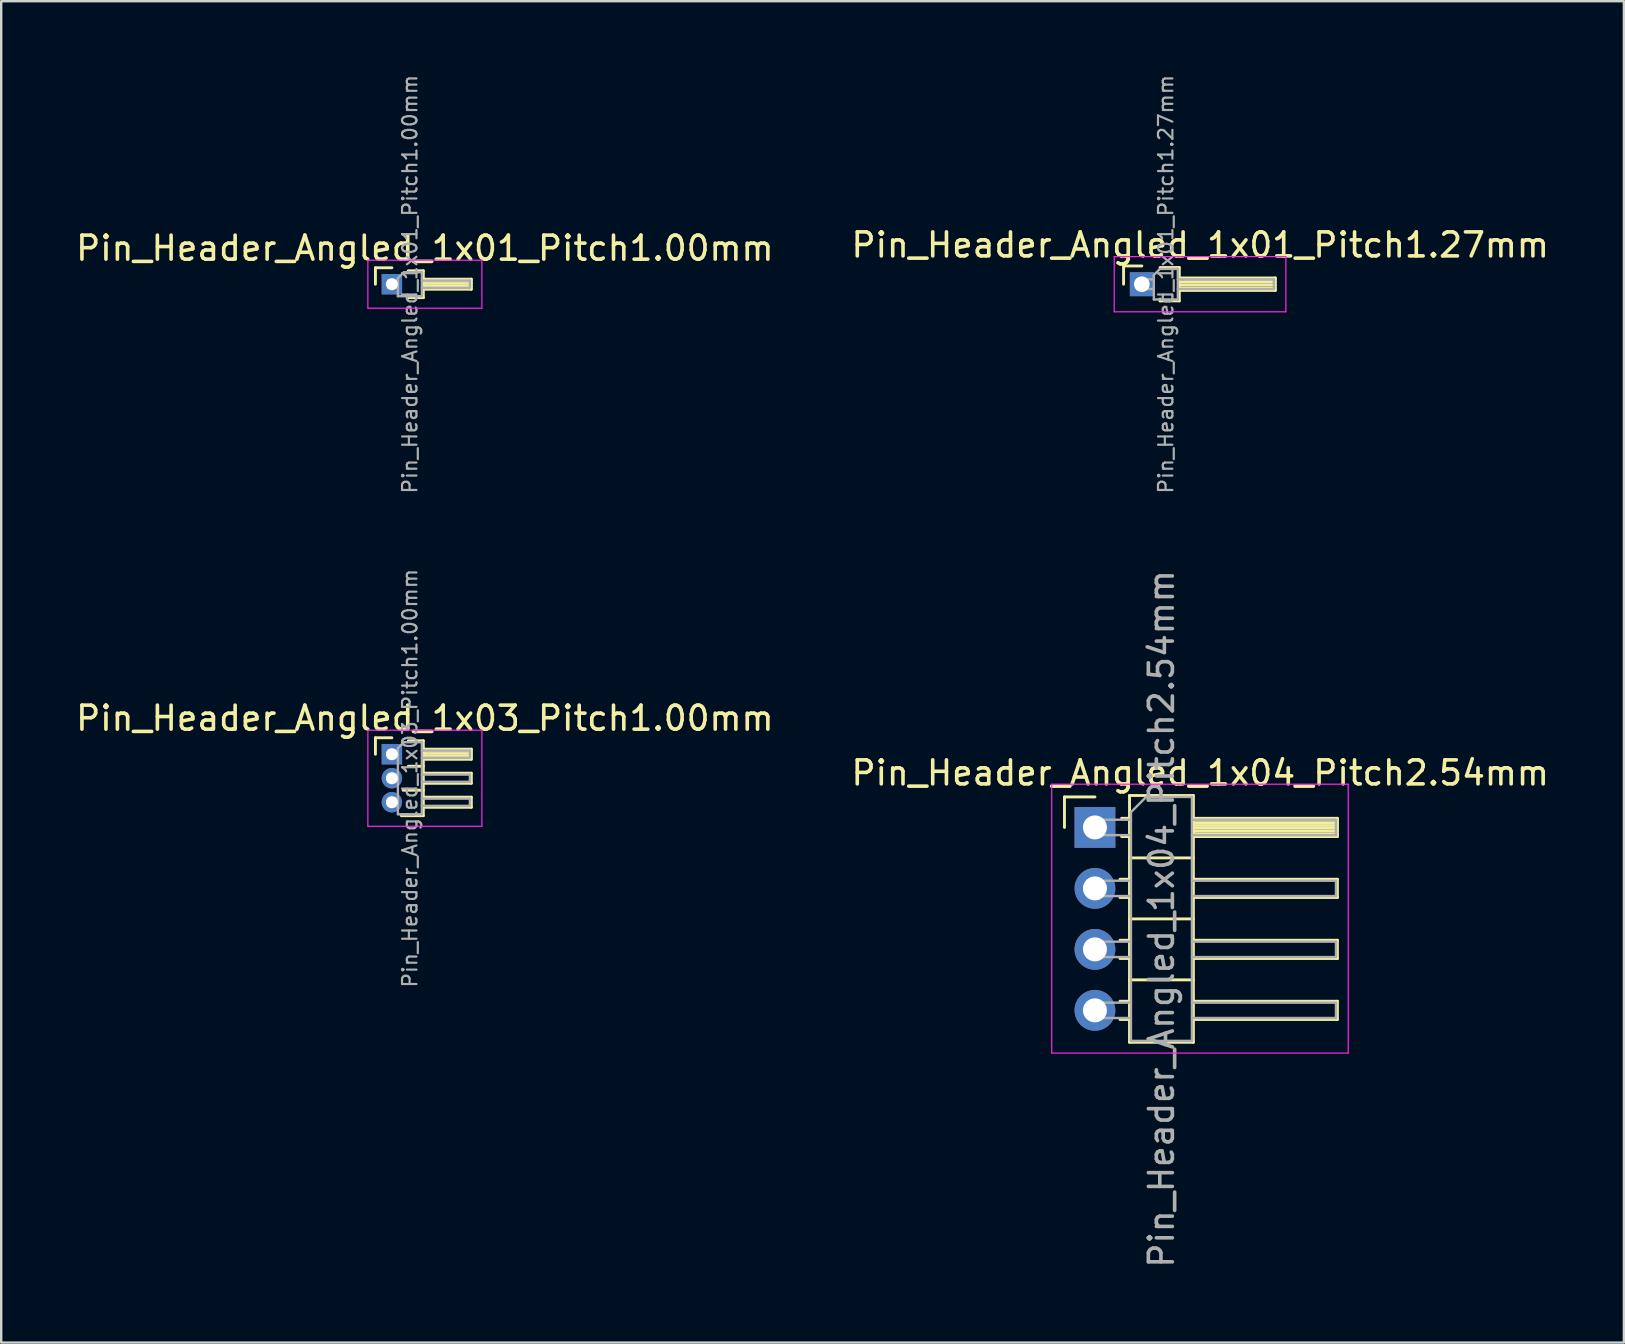
<source format=kicad_pcb>
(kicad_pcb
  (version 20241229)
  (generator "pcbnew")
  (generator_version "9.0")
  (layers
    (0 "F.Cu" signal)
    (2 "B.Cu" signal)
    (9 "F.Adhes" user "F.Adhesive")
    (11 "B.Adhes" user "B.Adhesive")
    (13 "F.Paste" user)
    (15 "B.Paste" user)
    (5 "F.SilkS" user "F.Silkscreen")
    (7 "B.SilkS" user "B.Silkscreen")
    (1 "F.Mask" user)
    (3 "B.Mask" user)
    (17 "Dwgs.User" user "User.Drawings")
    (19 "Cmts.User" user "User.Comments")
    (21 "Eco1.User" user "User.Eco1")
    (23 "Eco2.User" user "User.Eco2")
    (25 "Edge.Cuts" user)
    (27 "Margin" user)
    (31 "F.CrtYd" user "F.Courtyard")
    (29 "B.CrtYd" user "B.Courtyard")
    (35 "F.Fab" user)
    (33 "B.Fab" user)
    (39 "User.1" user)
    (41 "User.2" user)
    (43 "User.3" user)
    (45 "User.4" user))
  (footprint "Pin_Header_Angled_1x04_Pitch2.54mm"
    (layer "F.Cu")
    (at 42.561 31.417)
    (property "Reference" "Pin_Header_Angled_1x04_Pitch2.54mm" (at 4.385 -2.27 0) (layer "F.SilkS") (effects (font (size 1 1) (thickness 0.15))))
    (attr through_hole)
    (fp_line (start -1.27 -1.27) (end 0 -1.27) (stroke (width 0.12) (type solid)) (layer "F.SilkS"))
    (fp_line (start -1.27 0) (end -1.27 -1.27) (stroke (width 0.12) (type solid)) (layer "F.SilkS"))
    (fp_line (start 1.043 2.16) (end 1.44 2.16) (stroke (width 0.12) (type solid)) (layer "F.SilkS"))
    (fp_line (start 1.043 2.92) (end 1.44 2.92) (stroke (width 0.12) (type solid)) (layer "F.SilkS"))
    (fp_line (start 1.043 4.7) (end 1.44 4.7) (stroke (width 0.12) (type solid)) (layer "F.SilkS"))
    (fp_line (start 1.043 5.46) (end 1.44 5.46) (stroke (width 0.12) (type solid)) (layer "F.SilkS"))
    (fp_line (start 1.043 7.24) (end 1.44 7.24) (stroke (width 0.12) (type solid)) (layer "F.SilkS"))
    (fp_line (start 1.043 8) (end 1.44 8) (stroke (width 0.12) (type solid)) (layer "F.SilkS"))
    (fp_line (start 1.11 -0.38) (end 1.44 -0.38) (stroke (width 0.12) (type solid)) (layer "F.SilkS"))
    (fp_line (start 1.11 0.38) (end 1.44 0.38) (stroke (width 0.12) (type solid)) (layer "F.SilkS"))
    (fp_line (start 1.44 -1.33) (end 1.44 8.95) (stroke (width 0.12) (type solid)) (layer "F.SilkS"))
    (fp_line (start 1.44 1.27) (end 4.1 1.27) (stroke (width 0.12) (type solid)) (layer "F.SilkS"))
    (fp_line (start 1.44 3.81) (end 4.1 3.81) (stroke (width 0.12) (type solid)) (layer "F.SilkS"))
    (fp_line (start 1.44 6.35) (end 4.1 6.35) (stroke (width 0.12) (type solid)) (layer "F.SilkS"))
    (fp_line (start 1.44 8.95) (end 4.1 8.95) (stroke (width 0.12) (type solid)) (layer "F.SilkS"))
    (fp_line (start 4.1 -1.33) (end 1.44 -1.33) (stroke (width 0.12) (type solid)) (layer "F.SilkS"))
    (fp_line (start 4.1 -0.38) (end 10.1 -0.38) (stroke (width 0.12) (type solid)) (layer "F.SilkS"))
    (fp_line (start 4.1 -0.32) (end 10.1 -0.32) (stroke (width 0.12) (type solid)) (layer "F.SilkS"))
    (fp_line (start 4.1 -0.2) (end 10.1 -0.2) (stroke (width 0.12) (type solid)) (layer "F.SilkS"))
    (fp_line (start 4.1 -0.08) (end 10.1 -0.08) (stroke (width 0.12) (type solid)) (layer "F.SilkS"))
    (fp_line (start 4.1 0.04) (end 10.1 0.04) (stroke (width 0.12) (type solid)) (layer "F.SilkS"))
    (fp_line (start 4.1 0.16) (end 10.1 0.16) (stroke (width 0.12) (type solid)) (layer "F.SilkS"))
    (fp_line (start 4.1 0.28) (end 10.1 0.28) (stroke (width 0.12) (type solid)) (layer "F.SilkS"))
    (fp_line (start 4.1 2.16) (end 10.1 2.16) (stroke (width 0.12) (type solid)) (layer "F.SilkS"))
    (fp_line (start 4.1 4.7) (end 10.1 4.7) (stroke (width 0.12) (type solid)) (layer "F.SilkS"))
    (fp_line (start 4.1 7.24) (end 10.1 7.24) (stroke (width 0.12) (type solid)) (layer "F.SilkS"))
    (fp_line (start 4.1 8.95) (end 4.1 -1.33) (stroke (width 0.12) (type solid)) (layer "F.SilkS"))
    (fp_line (start 10.1 -0.38) (end 10.1 0.38) (stroke (width 0.12) (type solid)) (layer "F.SilkS"))
    (fp_line (start 10.1 0.38) (end 4.1 0.38) (stroke (width 0.12) (type solid)) (layer "F.SilkS"))
    (fp_line (start 10.1 2.16) (end 10.1 2.92) (stroke (width 0.12) (type solid)) (layer "F.SilkS"))
    (fp_line (start 10.1 2.92) (end 4.1 2.92) (stroke (width 0.12) (type solid)) (layer "F.SilkS"))
    (fp_line (start 10.1 4.7) (end 10.1 5.46) (stroke (width 0.12) (type solid)) (layer "F.SilkS"))
    (fp_line (start 10.1 5.46) (end 4.1 5.46) (stroke (width 0.12) (type solid)) (layer "F.SilkS"))
    (fp_line (start 10.1 7.24) (end 10.1 8) (stroke (width 0.12) (type solid)) (layer "F.SilkS"))
    (fp_line (start 10.1 8) (end 4.1 8) (stroke (width 0.12) (type solid)) (layer "F.SilkS"))
    (fp_line (start -1.8 -1.8) (end -1.8 9.4) (stroke (width 0.05) (type solid)) (layer "F.CrtYd"))
    (fp_line (start -1.8 9.4) (end 10.55 9.4) (stroke (width 0.05) (type solid)) (layer "F.CrtYd"))
    (fp_line (start 10.55 -1.8) (end -1.8 -1.8) (stroke (width 0.05) (type solid)) (layer "F.CrtYd"))
    (fp_line (start 10.55 9.4) (end 10.55 -1.8) (stroke (width 0.05) (type solid)) (layer "F.CrtYd"))
    (fp_line (start -0.32 -0.32) (end -0.32 0.32) (stroke (width 0.1) (type solid)) (layer "F.Fab"))
    (fp_line (start -0.32 -0.32) (end 1.5 -0.32) (stroke (width 0.1) (type solid)) (layer "F.Fab"))
    (fp_line (start -0.32 0.32) (end 1.5 0.32) (stroke (width 0.1) (type solid)) (layer "F.Fab"))
    (fp_line (start -0.32 2.22) (end -0.32 2.86) (stroke (width 0.1) (type solid)) (layer "F.Fab"))
    (fp_line (start -0.32 2.22) (end 1.5 2.22) (stroke (width 0.1) (type solid)) (layer "F.Fab"))
    (fp_line (start -0.32 2.86) (end 1.5 2.86) (stroke (width 0.1) (type solid)) (layer "F.Fab"))
    (fp_line (start -0.32 4.76) (end -0.32 5.4) (stroke (width 0.1) (type solid)) (layer "F.Fab"))
    (fp_line (start -0.32 4.76) (end 1.5 4.76) (stroke (width 0.1) (type solid)) (layer "F.Fab"))
    (fp_line (start -0.32 5.4) (end 1.5 5.4) (stroke (width 0.1) (type solid)) (layer "F.Fab"))
    (fp_line (start -0.32 7.3) (end -0.32 7.94) (stroke (width 0.1) (type solid)) (layer "F.Fab"))
    (fp_line (start -0.32 7.3) (end 1.5 7.3) (stroke (width 0.1) (type solid)) (layer "F.Fab"))
    (fp_line (start -0.32 7.94) (end 1.5 7.94) (stroke (width 0.1) (type solid)) (layer "F.Fab"))
    (fp_line (start 1.5 -0.635) (end 2.135 -1.27) (stroke (width 0.1) (type solid)) (layer "F.Fab"))
    (fp_line (start 1.5 8.89) (end 1.5 -0.635) (stroke (width 0.1) (type solid)) (layer "F.Fab"))
    (fp_line (start 2.135 -1.27) (end 4.04 -1.27) (stroke (width 0.1) (type solid)) (layer "F.Fab"))
    (fp_line (start 4.04 -1.27) (end 4.04 8.89) (stroke (width 0.1) (type solid)) (layer "F.Fab"))
    (fp_line (start 4.04 -0.32) (end 10.04 -0.32) (stroke (width 0.1) (type solid)) (layer "F.Fab"))
    (fp_line (start 4.04 0.32) (end 10.04 0.32) (stroke (width 0.1) (type solid)) (layer "F.Fab"))
    (fp_line (start 4.04 2.22) (end 10.04 2.22) (stroke (width 0.1) (type solid)) (layer "F.Fab"))
    (fp_line (start 4.04 2.86) (end 10.04 2.86) (stroke (width 0.1) (type solid)) (layer "F.Fab"))
    (fp_line (start 4.04 4.76) (end 10.04 4.76) (stroke (width 0.1) (type solid)) (layer "F.Fab"))
    (fp_line (start 4.04 5.4) (end 10.04 5.4) (stroke (width 0.1) (type solid)) (layer "F.Fab"))
    (fp_line (start 4.04 7.3) (end 10.04 7.3) (stroke (width 0.1) (type solid)) (layer "F.Fab"))
    (fp_line (start 4.04 7.94) (end 10.04 7.94) (stroke (width 0.1) (type solid)) (layer "F.Fab"))
    (fp_line (start 4.04 8.89) (end 1.5 8.89) (stroke (width 0.1) (type solid)) (layer "F.Fab"))
    (fp_line (start 10.04 -0.32) (end 10.04 0.32) (stroke (width 0.1) (type solid)) (layer "F.Fab"))
    (fp_line (start 10.04 2.22) (end 10.04 2.86) (stroke (width 0.1) (type solid)) (layer "F.Fab"))
    (fp_line (start 10.04 4.76) (end 10.04 5.4) (stroke (width 0.1) (type solid)) (layer "F.Fab"))
    (fp_line (start 10.04 7.3) (end 10.04 7.94) (stroke (width 0.1) (type solid)) (layer "F.Fab"))
    (fp_text user "${REFERENCE}" (at 2.77 3.81 90) (layer "F.Fab") (effects (font (size 1 1) (thickness 0.15))))
    (pad "1" thru_hole rect (at 0 0) (size 1.7 1.7) (drill 1) (layers "*.Cu" "*.Mask"))
    (pad "2" thru_hole oval (at 0 2.54) (size 1.7 1.7) (drill 1) (layers "*.Cu" "*.Mask"))
    (pad "3" thru_hole oval (at 0 5.08) (size 1.7 1.7) (drill 1) (layers "*.Cu" "*.Mask"))
    (pad "4" thru_hole oval (at 0 7.62) (size 1.7 1.7) (drill 1) (layers "*.Cu" "*.Mask")))
  (footprint "Pin_Header_Angled_1x01_Pitch1.27mm"
    (layer "F.Cu")
    (at 44.514 8.789)
    (property "Reference" "Pin_Header_Angled_1x01_Pitch1.27mm" (at 2.433 -1.635 0) (layer "F.SilkS") (effects (font (size 1 1) (thickness 0.15))))
    (attr through_hole)
    (fp_line (start -0.76 -0.76) (end 0 -0.76) (stroke (width 0.12) (type solid)) (layer "F.SilkS"))
    (fp_line (start -0.76 0) (end -0.76 -0.76) (stroke (width 0.12) (type solid)) (layer "F.SilkS"))
    (fp_line (start 0.76 -0.695) (end 1.56 -0.695) (stroke (width 0.12) (type solid)) (layer "F.SilkS"))
    (fp_line (start 0.76 0.695) (end 0.76 0.62) (stroke (width 0.12) (type solid)) (layer "F.SilkS"))
    (fp_line (start 1.56 -0.695) (end 1.56 0.695) (stroke (width 0.12) (type solid)) (layer "F.SilkS"))
    (fp_line (start 1.56 -0.26) (end 5.56 -0.26) (stroke (width 0.12) (type solid)) (layer "F.SilkS"))
    (fp_line (start 1.56 -0.2) (end 5.56 -0.2) (stroke (width 0.12) (type solid)) (layer "F.SilkS"))
    (fp_line (start 1.56 -0.08) (end 5.56 -0.08) (stroke (width 0.12) (type solid)) (layer "F.SilkS"))
    (fp_line (start 1.56 0.04) (end 5.56 0.04) (stroke (width 0.12) (type solid)) (layer "F.SilkS"))
    (fp_line (start 1.56 0.16) (end 5.56 0.16) (stroke (width 0.12) (type solid)) (layer "F.SilkS"))
    (fp_line (start 1.56 0.695) (end 0.76 0.695) (stroke (width 0.12) (type solid)) (layer "F.SilkS"))
    (fp_line (start 5.56 -0.26) (end 5.56 0.26) (stroke (width 0.12) (type solid)) (layer "F.SilkS"))
    (fp_line (start 5.56 0.26) (end 1.56 0.26) (stroke (width 0.12) (type solid)) (layer "F.SilkS"))
    (fp_line (start -1.15 -1.15) (end -1.15 1.15) (stroke (width 0.05) (type solid)) (layer "F.CrtYd"))
    (fp_line (start -1.15 1.15) (end 6 1.15) (stroke (width 0.05) (type solid)) (layer "F.CrtYd"))
    (fp_line (start 6 -1.15) (end -1.15 -1.15) (stroke (width 0.05) (type solid)) (layer "F.CrtYd"))
    (fp_line (start 6 1.15) (end 6 -1.15) (stroke (width 0.05) (type solid)) (layer "F.CrtYd"))
    (fp_line (start -0.2 -0.2) (end -0.2 0.2) (stroke (width 0.1) (type solid)) (layer "F.Fab"))
    (fp_line (start -0.2 -0.2) (end 0.5 -0.2) (stroke (width 0.1) (type solid)) (layer "F.Fab"))
    (fp_line (start -0.2 0.2) (end 0.5 0.2) (stroke (width 0.1) (type solid)) (layer "F.Fab"))
    (fp_line (start 0.5 -0.385) (end 0.75 -0.635) (stroke (width 0.1) (type solid)) (layer "F.Fab"))
    (fp_line (start 0.5 0.635) (end 0.5 -0.385) (stroke (width 0.1) (type solid)) (layer "F.Fab"))
    (fp_line (start 0.75 -0.635) (end 1.5 -0.635) (stroke (width 0.1) (type solid)) (layer "F.Fab"))
    (fp_line (start 1.5 -0.635) (end 1.5 0.635) (stroke (width 0.1) (type solid)) (layer "F.Fab"))
    (fp_line (start 1.5 -0.2) (end 5.5 -0.2) (stroke (width 0.1) (type solid)) (layer "F.Fab"))
    (fp_line (start 1.5 0.2) (end 5.5 0.2) (stroke (width 0.1) (type solid)) (layer "F.Fab"))
    (fp_line (start 1.5 0.635) (end 0.5 0.635) (stroke (width 0.1) (type solid)) (layer "F.Fab"))
    (fp_line (start 5.5 -0.2) (end 5.5 0.2) (stroke (width 0.1) (type solid)) (layer "F.Fab"))
    (fp_text user "${REFERENCE}" (at 1 0 90) (layer "F.Fab") (effects (font (size 0.6 0.6) (thickness 0.09))))
    (pad "1" thru_hole rect (at 0 0) (size 1 1) (drill 0.65) (layers "*.Cu" "*.Mask")))
  (footprint "Pin_Header_Angled_1x03_Pitch1.00mm"
    (layer "F.Cu")
    (at 13.274 28.368)
    (property "Reference" "Pin_Header_Angled_1x03_Pitch1.00mm" (at 1.375 -1.5 0) (layer "F.SilkS") (effects (font (size 1 1) (thickness 0.15))))
    (attr through_hole)
    (fp_line (start -0.685 -0.685) (end 0 -0.685) (stroke (width 0.12) (type solid)) (layer "F.SilkS"))
    (fp_line (start -0.685 0) (end -0.685 -0.685) (stroke (width 0.12) (type solid)) (layer "F.SilkS"))
    (fp_line (start 0.468 1.5) (end 1.31 1.5) (stroke (width 0.12) (type solid)) (layer "F.SilkS"))
    (fp_line (start 0.685 -0.56) (end 1.31 -0.56) (stroke (width 0.12) (type solid)) (layer "F.SilkS"))
    (fp_line (start 0.685 0.5) (end 1.31 0.5) (stroke (width 0.12) (type solid)) (layer "F.SilkS"))
    (fp_line (start 1.31 -0.56) (end 1.31 2.56) (stroke (width 0.12) (type solid)) (layer "F.SilkS"))
    (fp_line (start 1.31 -0.21) (end 3.31 -0.21) (stroke (width 0.12) (type solid)) (layer "F.SilkS"))
    (fp_line (start 1.31 -0.15) (end 3.31 -0.15) (stroke (width 0.12) (type solid)) (layer "F.SilkS"))
    (fp_line (start 1.31 -0.03) (end 3.31 -0.03) (stroke (width 0.12) (type solid)) (layer "F.SilkS"))
    (fp_line (start 1.31 0.09) (end 3.31 0.09) (stroke (width 0.12) (type solid)) (layer "F.SilkS"))
    (fp_line (start 1.31 0.79) (end 3.31 0.79) (stroke (width 0.12) (type solid)) (layer "F.SilkS"))
    (fp_line (start 1.31 1.79) (end 3.31 1.79) (stroke (width 0.12) (type solid)) (layer "F.SilkS"))
    (fp_line (start 1.31 2.56) (end 0.394 2.56) (stroke (width 0.12) (type solid)) (layer "F.SilkS"))
    (fp_line (start 3.31 -0.21) (end 3.31 0.21) (stroke (width 0.12) (type solid)) (layer "F.SilkS"))
    (fp_line (start 3.31 0.21) (end 1.31 0.21) (stroke (width 0.12) (type solid)) (layer "F.SilkS"))
    (fp_line (start 3.31 0.79) (end 3.31 1.21) (stroke (width 0.12) (type solid)) (layer "F.SilkS"))
    (fp_line (start 3.31 1.21) (end 1.31 1.21) (stroke (width 0.12) (type solid)) (layer "F.SilkS"))
    (fp_line (start 3.31 1.79) (end 3.31 2.21) (stroke (width 0.12) (type solid)) (layer "F.SilkS"))
    (fp_line (start 3.31 2.21) (end 1.31 2.21) (stroke (width 0.12) (type solid)) (layer "F.SilkS"))
    (fp_line (start -1 -1) (end -1 3) (stroke (width 0.05) (type solid)) (layer "F.CrtYd"))
    (fp_line (start -1 3) (end 3.75 3) (stroke (width 0.05) (type solid)) (layer "F.CrtYd"))
    (fp_line (start 3.75 -1) (end -1 -1) (stroke (width 0.05) (type solid)) (layer "F.CrtYd"))
    (fp_line (start 3.75 3) (end 3.75 -1) (stroke (width 0.05) (type solid)) (layer "F.CrtYd"))
    (fp_line (start -0.15 -0.15) (end -0.15 0.15) (stroke (width 0.1) (type solid)) (layer "F.Fab"))
    (fp_line (start -0.15 -0.15) (end 0.25 -0.15) (stroke (width 0.1) (type solid)) (layer "F.Fab"))
    (fp_line (start -0.15 0.15) (end 0.25 0.15) (stroke (width 0.1) (type solid)) (layer "F.Fab"))
    (fp_line (start -0.15 0.85) (end -0.15 1.15) (stroke (width 0.1) (type solid)) (layer "F.Fab"))
    (fp_line (start -0.15 0.85) (end 0.25 0.85) (stroke (width 0.1) (type solid)) (layer "F.Fab"))
    (fp_line (start -0.15 1.15) (end 0.25 1.15) (stroke (width 0.1) (type solid)) (layer "F.Fab"))
    (fp_line (start -0.15 1.85) (end -0.15 2.15) (stroke (width 0.1) (type solid)) (layer "F.Fab"))
    (fp_line (start -0.15 1.85) (end 0.25 1.85) (stroke (width 0.1) (type solid)) (layer "F.Fab"))
    (fp_line (start -0.15 2.15) (end 0.25 2.15) (stroke (width 0.1) (type solid)) (layer "F.Fab"))
    (fp_line (start 0.25 -0.25) (end 0.5 -0.5) (stroke (width 0.1) (type solid)) (layer "F.Fab"))
    (fp_line (start 0.25 2.5) (end 0.25 -0.25) (stroke (width 0.1) (type solid)) (layer "F.Fab"))
    (fp_line (start 0.5 -0.5) (end 1.25 -0.5) (stroke (width 0.1) (type solid)) (layer "F.Fab"))
    (fp_line (start 1.25 -0.5) (end 1.25 2.5) (stroke (width 0.1) (type solid)) (layer "F.Fab"))
    (fp_line (start 1.25 -0.15) (end 3.25 -0.15) (stroke (width 0.1) (type solid)) (layer "F.Fab"))
    (fp_line (start 1.25 0.15) (end 3.25 0.15) (stroke (width 0.1) (type solid)) (layer "F.Fab"))
    (fp_line (start 1.25 0.85) (end 3.25 0.85) (stroke (width 0.1) (type solid)) (layer "F.Fab"))
    (fp_line (start 1.25 1.15) (end 3.25 1.15) (stroke (width 0.1) (type solid)) (layer "F.Fab"))
    (fp_line (start 1.25 1.85) (end 3.25 1.85) (stroke (width 0.1) (type solid)) (layer "F.Fab"))
    (fp_line (start 1.25 2.15) (end 3.25 2.15) (stroke (width 0.1) (type solid)) (layer "F.Fab"))
    (fp_line (start 1.25 2.5) (end 0.25 2.5) (stroke (width 0.1) (type solid)) (layer "F.Fab"))
    (fp_line (start 3.25 -0.15) (end 3.25 0.15) (stroke (width 0.1) (type solid)) (layer "F.Fab"))
    (fp_line (start 3.25 0.85) (end 3.25 1.15) (stroke (width 0.1) (type solid)) (layer "F.Fab"))
    (fp_line (start 3.25 1.85) (end 3.25 2.15) (stroke (width 0.1) (type solid)) (layer "F.Fab"))
    (fp_text user "${REFERENCE}" (at 0.75 1 90) (layer "F.Fab") (effects (font (size 0.6 0.6) (thickness 0.09))))
    (pad "1" thru_hole rect (at 0 0) (size 0.85 0.85) (drill 0.5) (layers "*.Cu" "*.Mask"))
    (pad "2" thru_hole oval (at 0 1) (size 0.85 0.85) (drill 0.5) (layers "*.Cu" "*.Mask"))
    (pad "3" thru_hole oval (at 0 2) (size 0.85 0.85) (drill 0.5) (layers "*.Cu" "*.Mask")))
  (footprint "Pin_Header_Angled_1x01_Pitch1.00mm"
    (layer "F.Cu")
    (at 13.274 8.789)
    (property "Reference" "Pin_Header_Angled_1x01_Pitch1.00mm" (at 1.375 -1.5 0) (layer "F.SilkS") (effects (font (size 1 1) (thickness 0.15))))
    (attr through_hole)
    (fp_line (start -0.685 -0.685) (end 0 -0.685) (stroke (width 0.12) (type solid)) (layer "F.SilkS"))
    (fp_line (start -0.685 0) (end -0.685 -0.685) (stroke (width 0.12) (type solid)) (layer "F.SilkS"))
    (fp_line (start 0.685 -0.56) (end 1.31 -0.56) (stroke (width 0.12) (type solid)) (layer "F.SilkS"))
    (fp_line (start 1.31 -0.56) (end 1.31 0.56) (stroke (width 0.12) (type solid)) (layer "F.SilkS"))
    (fp_line (start 1.31 -0.21) (end 3.31 -0.21) (stroke (width 0.12) (type solid)) (layer "F.SilkS"))
    (fp_line (start 1.31 -0.15) (end 3.31 -0.15) (stroke (width 0.12) (type solid)) (layer "F.SilkS"))
    (fp_line (start 1.31 -0.03) (end 3.31 -0.03) (stroke (width 0.12) (type solid)) (layer "F.SilkS"))
    (fp_line (start 1.31 0.09) (end 3.31 0.09) (stroke (width 0.12) (type solid)) (layer "F.SilkS"))
    (fp_line (start 1.31 0.56) (end 0.685 0.56) (stroke (width 0.12) (type solid)) (layer "F.SilkS"))
    (fp_line (start 3.31 -0.21) (end 3.31 0.21) (stroke (width 0.12) (type solid)) (layer "F.SilkS"))
    (fp_line (start 3.31 0.21) (end 1.31 0.21) (stroke (width 0.12) (type solid)) (layer "F.SilkS"))
    (fp_line (start -1 -1) (end -1 1) (stroke (width 0.05) (type solid)) (layer "F.CrtYd"))
    (fp_line (start -1 1) (end 3.75 1) (stroke (width 0.05) (type solid)) (layer "F.CrtYd"))
    (fp_line (start 3.75 -1) (end -1 -1) (stroke (width 0.05) (type solid)) (layer "F.CrtYd"))
    (fp_line (start 3.75 1) (end 3.75 -1) (stroke (width 0.05) (type solid)) (layer "F.CrtYd"))
    (fp_line (start -0.15 -0.15) (end -0.15 0.15) (stroke (width 0.1) (type solid)) (layer "F.Fab"))
    (fp_line (start -0.15 -0.15) (end 0.25 -0.15) (stroke (width 0.1) (type solid)) (layer "F.Fab"))
    (fp_line (start -0.15 0.15) (end 0.25 0.15) (stroke (width 0.1) (type solid)) (layer "F.Fab"))
    (fp_line (start 0.25 -0.25) (end 0.5 -0.5) (stroke (width 0.1) (type solid)) (layer "F.Fab"))
    (fp_line (start 0.25 0.5) (end 0.25 -0.25) (stroke (width 0.1) (type solid)) (layer "F.Fab"))
    (fp_line (start 0.5 -0.5) (end 1.25 -0.5) (stroke (width 0.1) (type solid)) (layer "F.Fab"))
    (fp_line (start 1.25 -0.5) (end 1.25 0.5) (stroke (width 0.1) (type solid)) (layer "F.Fab"))
    (fp_line (start 1.25 -0.15) (end 3.25 -0.15) (stroke (width 0.1) (type solid)) (layer "F.Fab"))
    (fp_line (start 1.25 0.15) (end 3.25 0.15) (stroke (width 0.1) (type solid)) (layer "F.Fab"))
    (fp_line (start 1.25 0.5) (end 0.25 0.5) (stroke (width 0.1) (type solid)) (layer "F.Fab"))
    (fp_line (start 3.25 -0.15) (end 3.25 0.15) (stroke (width 0.1) (type solid)) (layer "F.Fab"))
    (fp_text user "${REFERENCE}" (at 0.75 0 90) (layer "F.Fab") (effects (font (size 0.6 0.6) (thickness 0.09))))
    (pad "1" thru_hole rect (at 0 0) (size 0.85 0.85) (drill 0.5) (layers "*.Cu" "*.Mask")))
  (gr_rect
    (start -3 -3)
    (end 64.595 52.876)
    (stroke (width 0.1) (type default))
    (fill no)
    (layer "Edge.Cuts")))
</source>
